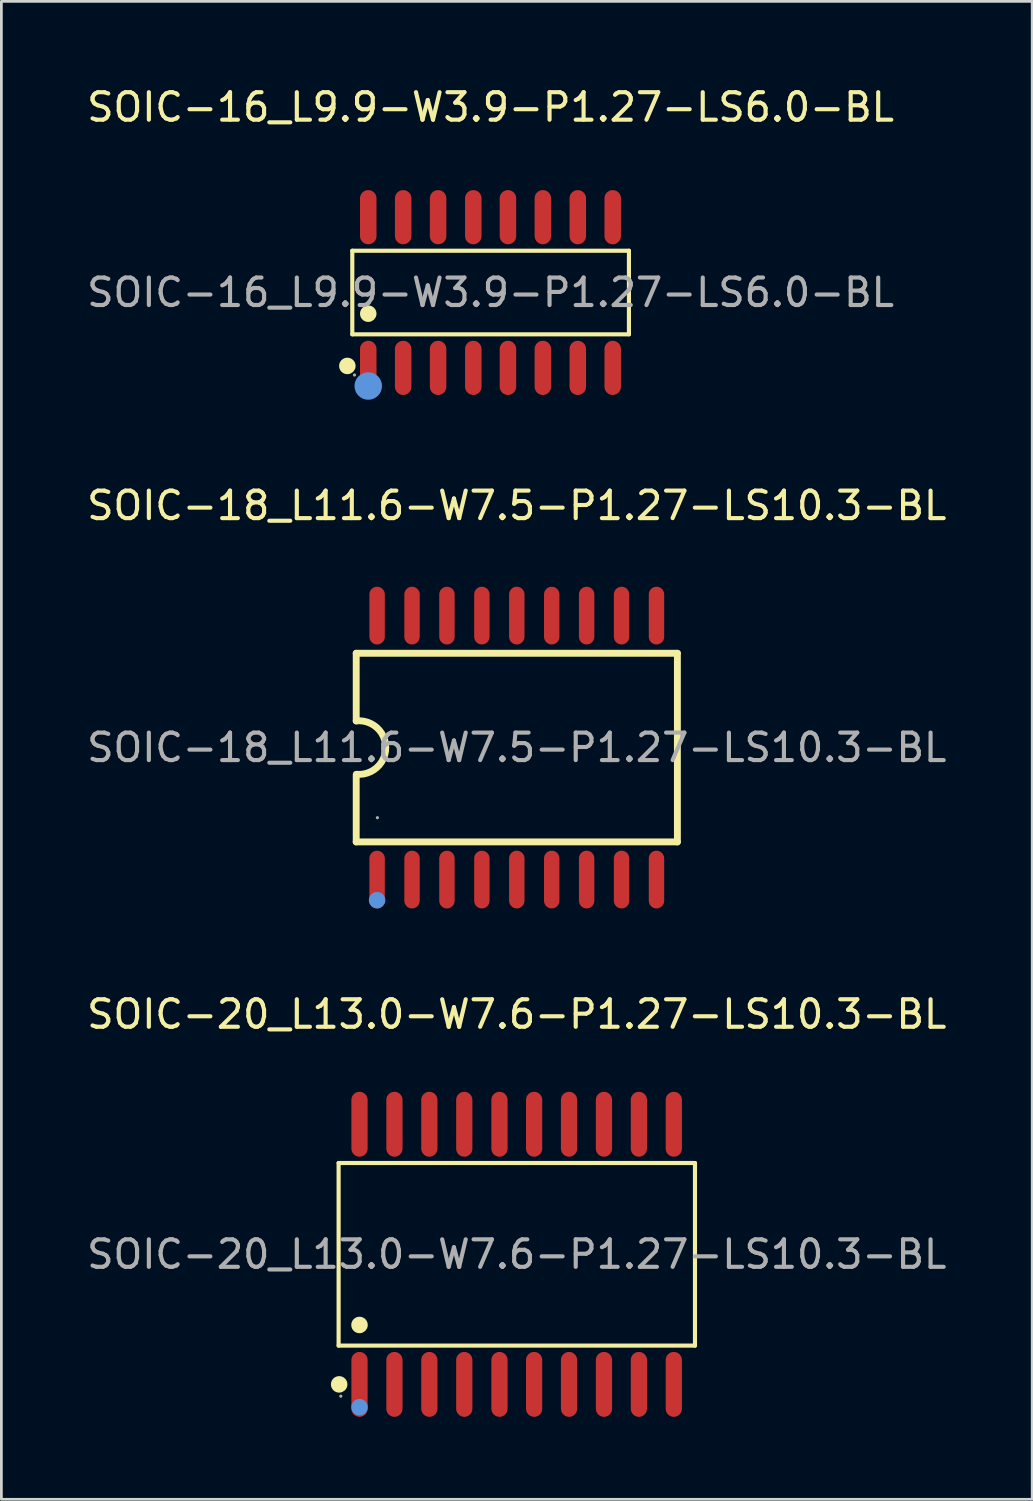
<source format=kicad_pcb>
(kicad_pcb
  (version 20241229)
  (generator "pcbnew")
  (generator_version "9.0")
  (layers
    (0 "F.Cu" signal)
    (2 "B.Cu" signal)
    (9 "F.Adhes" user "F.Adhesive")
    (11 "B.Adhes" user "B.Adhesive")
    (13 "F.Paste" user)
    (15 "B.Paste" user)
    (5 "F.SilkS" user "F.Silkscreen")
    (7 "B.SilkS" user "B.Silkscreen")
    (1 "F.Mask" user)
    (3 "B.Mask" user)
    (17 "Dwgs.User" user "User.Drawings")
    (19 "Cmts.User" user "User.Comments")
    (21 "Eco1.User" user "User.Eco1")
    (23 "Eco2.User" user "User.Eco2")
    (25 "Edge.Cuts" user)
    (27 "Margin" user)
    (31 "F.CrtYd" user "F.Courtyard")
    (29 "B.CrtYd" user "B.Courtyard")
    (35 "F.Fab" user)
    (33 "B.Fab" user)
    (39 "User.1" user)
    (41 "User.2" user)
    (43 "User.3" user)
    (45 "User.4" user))
  (footprint "SOIC-18_L11.6-W7.5-P1.27-LS10.3-BL"
    (layer "F.Cu")
    (at 15.744 24.137)
    (property "Reference" "SOIC-18_L11.6-W7.5-P1.27-LS10.3-BL" (at 0 -8.8 0) (layer "F.SilkS") (effects (font (size 1 1) (thickness 0.15))))
    (attr smd)
    (fp_line (start -5.84 -3.43) (end -5.84 -0.97) (stroke (width 0.25) (type solid)) (layer "F.SilkS"))
    (fp_line (start -5.84 -3.43) (end 5.84 -3.43) (stroke (width 0.25) (type solid)) (layer "F.SilkS"))
    (fp_line (start -5.84 3.43) (end -5.84 1.01) (stroke (width 0.25) (type solid)) (layer "F.SilkS"))
    (fp_line (start 5.84 -3.43) (end 5.84 3.43) (stroke (width 0.25) (type solid)) (layer "F.SilkS"))
    (fp_line (start 5.84 3.43) (end -5.84 3.43) (stroke (width 0.25) (type solid)) (layer "F.SilkS"))
    (fp_arc (start -5.84 -0.97) (mid -4.76486 -0.001634) (end -5.836749 0.97033) (stroke (width 0.25) (type solid)) (layer "F.SilkS"))
    (fp_circle (center -5.08 5.55) (end -4.93 5.55) (stroke (width 0.3) (type solid)) (fill no) (layer "Cmts.User"))
    (fp_circle (center -5.07 2.55) (end -5.04 2.55) (stroke (width 0.06) (type solid)) (fill no) (layer "F.Fab"))
    (fp_text user "${REFERENCE}" (at 0 0 0) (layer "F.Fab") (effects (font (size 1 1) (thickness 0.15))))
    (pad "1" smd oval (at -5.08 4.8) (size 0.56 2.1) (layers "F.Cu" "F.Mask" "F.Paste"))
    (pad "2" smd oval (at -3.81 4.8) (size 0.56 2.1) (layers "F.Cu" "F.Mask" "F.Paste"))
    (pad "3" smd oval (at -2.54 4.8) (size 0.56 2.1) (layers "F.Cu" "F.Mask" "F.Paste"))
    (pad "4" smd oval (at -1.27 4.8) (size 0.56 2.1) (layers "F.Cu" "F.Mask" "F.Paste"))
    (pad "5" smd oval (at 0 4.8) (size 0.56 2.1) (layers "F.Cu" "F.Mask" "F.Paste"))
    (pad "6" smd oval (at 1.27 4.8) (size 0.56 2.1) (layers "F.Cu" "F.Mask" "F.Paste"))
    (pad "7" smd oval (at 2.54 4.8) (size 0.56 2.1) (layers "F.Cu" "F.Mask" "F.Paste"))
    (pad "8" smd oval (at 3.81 4.8) (size 0.56 2.1) (layers "F.Cu" "F.Mask" "F.Paste"))
    (pad "9" smd oval (at 5.08 4.8) (size 0.56 2.1) (layers "F.Cu" "F.Mask" "F.Paste"))
    (pad "10" smd oval (at 5.08 -4.8) (size 0.56 2.1) (layers "F.Cu" "F.Mask" "F.Paste"))
    (pad "11" smd oval (at 3.81 -4.8) (size 0.56 2.1) (layers "F.Cu" "F.Mask" "F.Paste"))
    (pad "12" smd oval (at 2.54 -4.8) (size 0.56 2.1) (layers "F.Cu" "F.Mask" "F.Paste"))
    (pad "13" smd oval (at 1.27 -4.8) (size 0.56 2.1) (layers "F.Cu" "F.Mask" "F.Paste"))
    (pad "14" smd oval (at 0 -4.8) (size 0.56 2.1) (layers "F.Cu" "F.Mask" "F.Paste"))
    (pad "15" smd oval (at -1.27 -4.8) (size 0.56 2.1) (layers "F.Cu" "F.Mask" "F.Paste"))
    (pad "16" smd oval (at -2.54 -4.8) (size 0.56 2.1) (layers "F.Cu" "F.Mask" "F.Paste"))
    (pad "17" smd oval (at -3.81 -4.8) (size 0.56 2.1) (layers "F.Cu" "F.Mask" "F.Paste"))
    (pad "18" smd oval (at -5.08 -4.8) (size 0.56 2.1) (layers "F.Cu" "F.Mask" "F.Paste")))
  (footprint "SOIC-20_L13.0-W7.6-P1.27-LS10.3-BL"
    (layer "F.Cu")
    (at 15.744 42.565)
    (property "Reference" "SOIC-20_L13.0-W7.6-P1.27-LS10.3-BL" (at 0 -8.73 0) (layer "F.SilkS") (effects (font (size 1 1) (thickness 0.15))))
    (attr smd)
    (fp_line (start -6.48 -3.32) (end 6.48 -3.32) (stroke (width 0.15) (type solid)) (layer "F.SilkS"))
    (fp_line (start -6.48 3.32) (end -6.48 -3.32) (stroke (width 0.15) (type solid)) (layer "F.SilkS"))
    (fp_line (start 6.48 -3.32) (end 6.48 3.32) (stroke (width 0.15) (type solid)) (layer "F.SilkS"))
    (fp_line (start 6.48 3.32) (end -6.48 3.32) (stroke (width 0.15) (type solid)) (layer "F.SilkS"))
    (fp_circle (center -6.46 4.73) (end -6.31 4.73) (stroke (width 0.3) (type solid)) (fill no) (layer "F.SilkS"))
    (fp_circle (center -5.72 2.57) (end -5.57 2.57) (stroke (width 0.3) (type solid)) (fill no) (layer "F.SilkS"))
    (fp_circle (center -5.72 5.56) (end -5.57 5.56) (stroke (width 0.3) (type solid)) (fill no) (layer "Cmts.User"))
    (fp_circle (center -6.4 5.16) (end -6.37 5.16) (stroke (width 0.06) (type solid)) (fill no) (layer "F.Fab"))
    (fp_text user "${REFERENCE}" (at 0 0 0) (layer "F.Fab") (effects (font (size 1 1) (thickness 0.15))))
    (pad "1" smd oval (at -5.72 4.73) (size 0.59 2.36) (layers "F.Cu" "F.Mask" "F.Paste"))
    (pad "2" smd oval (at -4.45 4.73) (size 0.59 2.36) (layers "F.Cu" "F.Mask" "F.Paste"))
    (pad "3" smd oval (at -3.18 4.73) (size 0.59 2.36) (layers "F.Cu" "F.Mask" "F.Paste"))
    (pad "4" smd oval (at -1.91 4.73) (size 0.59 2.36) (layers "F.Cu" "F.Mask" "F.Paste"))
    (pad "5" smd oval (at -0.63 4.73) (size 0.59 2.36) (layers "F.Cu" "F.Mask" "F.Paste"))
    (pad "6" smd oval (at 0.63 4.73) (size 0.59 2.36) (layers "F.Cu" "F.Mask" "F.Paste"))
    (pad "7" smd oval (at 1.9 4.73) (size 0.59 2.36) (layers "F.Cu" "F.Mask" "F.Paste"))
    (pad "8" smd oval (at 3.17 4.73) (size 0.59 2.36) (layers "F.Cu" "F.Mask" "F.Paste"))
    (pad "9" smd oval (at 4.44 4.73) (size 0.59 2.36) (layers "F.Cu" "F.Mask" "F.Paste"))
    (pad "10" smd oval (at 5.71 4.73) (size 0.59 2.36) (layers "F.Cu" "F.Mask" "F.Paste"))
    (pad "11" smd oval (at 5.71 -4.73) (size 0.59 2.36) (layers "F.Cu" "F.Mask" "F.Paste"))
    (pad "12" smd oval (at 4.44 -4.73) (size 0.59 2.36) (layers "F.Cu" "F.Mask" "F.Paste"))
    (pad "13" smd oval (at 3.17 -4.73) (size 0.59 2.36) (layers "F.Cu" "F.Mask" "F.Paste"))
    (pad "14" smd oval (at 1.9 -4.73) (size 0.59 2.36) (layers "F.Cu" "F.Mask" "F.Paste"))
    (pad "15" smd oval (at 0.63 -4.73) (size 0.59 2.36) (layers "F.Cu" "F.Mask" "F.Paste"))
    (pad "16" smd oval (at -0.63 -4.73) (size 0.59 2.36) (layers "F.Cu" "F.Mask" "F.Paste"))
    (pad "17" smd oval (at -1.91 -4.73) (size 0.59 2.36) (layers "F.Cu" "F.Mask" "F.Paste"))
    (pad "18" smd oval (at -3.18 -4.73) (size 0.59 2.36) (layers "F.Cu" "F.Mask" "F.Paste"))
    (pad "19" smd oval (at -4.45 -4.73) (size 0.59 2.36) (layers "F.Cu" "F.Mask" "F.Paste"))
    (pad "20" smd oval (at -5.72 -4.73) (size 0.59 2.36) (layers "F.Cu" "F.Mask" "F.Paste")))
  (footprint "SOIC-16_L9.9-W3.9-P1.27-LS6.0-BL"
    (layer "F.Cu")
    (at 14.792 7.588)
    (property "Reference" "SOIC-16_L9.9-W3.9-P1.27-LS6.0-BL" (at 0 -6.74 0) (layer "F.SilkS") (effects (font (size 1 1) (thickness 0.15))))
    (attr smd)
    (fp_line (start -5.03 -1.52) (end 5.03 -1.52) (stroke (width 0.15) (type solid)) (layer "F.SilkS"))
    (fp_line (start -5.03 1.52) (end -5.03 -1.52) (stroke (width 0.15) (type solid)) (layer "F.SilkS"))
    (fp_line (start 5.03 -1.52) (end 5.03 1.52) (stroke (width 0.15) (type solid)) (layer "F.SilkS"))
    (fp_line (start 5.03 1.52) (end -5.03 1.52) (stroke (width 0.15) (type solid)) (layer "F.SilkS"))
    (fp_circle (center -5.21 2.67) (end -5.06 2.67) (stroke (width 0.3) (type solid)) (fill no) (layer "F.SilkS"))
    (fp_circle (center -4.45 0.77) (end -4.3 0.77) (stroke (width 0.3) (type solid)) (fill no) (layer "F.SilkS"))
    (fp_circle (center -4.45 3.4) (end -4.2 3.4) (stroke (width 0.5) (type solid)) (fill no) (layer "Cmts.User"))
    (fp_circle (center -4.95 3) (end -4.92 3) (stroke (width 0.06) (type solid)) (fill no) (layer "F.Fab"))
    (fp_text user "${REFERENCE}" (at 0 0 0) (layer "F.Fab") (effects (font (size 1 1) (thickness 0.15))))
    (pad "1" smd oval (at -4.45 2.74) (size 0.6 1.97) (layers "F.Cu" "F.Mask" "F.Paste"))
    (pad "2" smd oval (at -3.18 2.74) (size 0.6 1.97) (layers "F.Cu" "F.Mask" "F.Paste"))
    (pad "3" smd oval (at -1.91 2.74) (size 0.6 1.97) (layers "F.Cu" "F.Mask" "F.Paste"))
    (pad "4" smd oval (at -0.63 2.74) (size 0.6 1.97) (layers "F.Cu" "F.Mask" "F.Paste"))
    (pad "5" smd oval (at 0.63 2.74) (size 0.6 1.97) (layers "F.Cu" "F.Mask" "F.Paste"))
    (pad "6" smd oval (at 1.9 2.74) (size 0.6 1.97) (layers "F.Cu" "F.Mask" "F.Paste"))
    (pad "7" smd oval (at 3.17 2.74) (size 0.6 1.97) (layers "F.Cu" "F.Mask" "F.Paste"))
    (pad "8" smd oval (at 4.44 2.74) (size 0.6 1.97) (layers "F.Cu" "F.Mask" "F.Paste"))
    (pad "9" smd oval (at 4.44 -2.74) (size 0.6 1.97) (layers "F.Cu" "F.Mask" "F.Paste"))
    (pad "10" smd oval (at 3.17 -2.74) (size 0.6 1.97) (layers "F.Cu" "F.Mask" "F.Paste"))
    (pad "11" smd oval (at 1.9 -2.74) (size 0.6 1.97) (layers "F.Cu" "F.Mask" "F.Paste"))
    (pad "12" smd oval (at 0.63 -2.74) (size 0.6 1.97) (layers "F.Cu" "F.Mask" "F.Paste"))
    (pad "13" smd oval (at -0.63 -2.74) (size 0.6 1.97) (layers "F.Cu" "F.Mask" "F.Paste"))
    (pad "14" smd oval (at -1.91 -2.74) (size 0.6 1.97) (layers "F.Cu" "F.Mask" "F.Paste"))
    (pad "15" smd oval (at -3.18 -2.74) (size 0.6 1.97) (layers "F.Cu" "F.Mask" "F.Paste"))
    (pad "16" smd oval (at -4.45 -2.74) (size 0.6 1.97) (layers "F.Cu" "F.Mask" "F.Paste")))
  (gr_rect
    (start -3 -3)
    (end 34.488 51.475)
    (stroke (width 0.1) (type default))
    (fill no)
    (layer "Edge.Cuts")))
</source>
